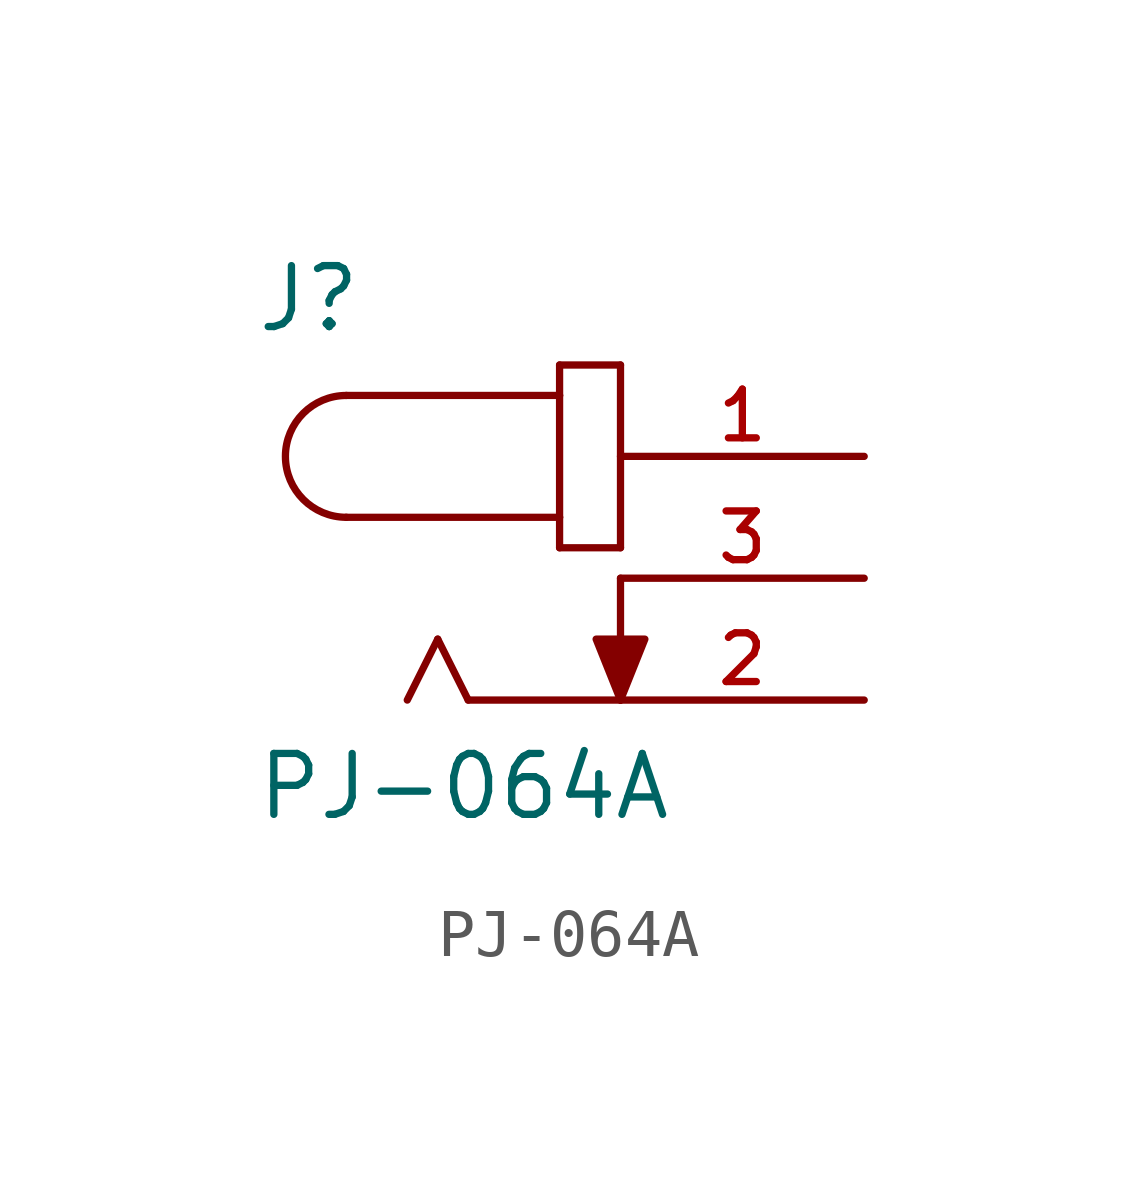
<source format=kicad_sym>
(kicad_symbol_lib
  (version 20211014)
  (generator kicad_symbol_editor)
  (symbol "PJ-064A"
    (pin_names
      (offset 1.016))
    (property "Reference" "J"
      (at -7.625 5.083 0)
      (effects (font (size 1.27 1.27)) (justify bottom left)))
    (property "Value" "PJ-064A"
      (at -7.629 -5.086 0)
      (effects (font (size 1.27 1.27)) (justify bottom left)))
    (symbol "PJ-064A_0_0"
      (arc (start -5.715 3.81) (mid -6.985 2.54) (end -5.715 1.27) (stroke (width 0.1524) (type default) (color 0 0 0 0)) (fill (type none)))
      (polyline (pts (xy -5.715 3.81) (xy -1.27 3.81)) (stroke (width 0.152)))
      (polyline (pts (xy -1.27 3.81) (xy -1.27 1.27)) (stroke (width 0.152)))
      (polyline (pts (xy -1.27 1.27) (xy -5.715 1.27)) (stroke (width 0.152)))
      (polyline (pts (xy -1.27 1.27) (xy -1.27 0.635)) (stroke (width 0.152)))
      (polyline (pts (xy -1.27 0.635) (xy 0.0 0.635)) (stroke (width 0.152)))
      (polyline (pts (xy 0.0 0.635) (xy 0.0 4.445)) (stroke (width 0.152)))
      (polyline (pts (xy 0.0 4.445) (xy -1.27 4.445)) (stroke (width 0.152)))
      (polyline (pts (xy -1.27 4.445) (xy -1.27 3.81)) (stroke (width 0.152)))
      (polyline (pts (xy 0.0 -2.54) (xy -3.175 -2.54)) (stroke (width 0.152)))
      (polyline (pts (xy -3.175 -2.54) (xy -3.81 -1.27)) (stroke (width 0.152)))
      (polyline (pts (xy -3.81 -1.27) (xy -4.445 -2.54)) (stroke (width 0.152)))
      (polyline (pts (xy 0.0 0.0) (xy 0.0 -2.54)) (stroke (width 0.152)))
      (polyline (pts (xy 0.0 -2.54) (xy -0.508 -1.27) (xy 0.508 -1.27) (xy 0.0 -2.54)) (stroke (width 0.152)) (fill (type outline)))
      (pin passive line (at 5.08 2.54 180.0) (length 5.08) (name "~" (effects (font (size 1.016 1.016)))) (number "1" (effects (font (size 1.016 1.016)))))
      (pin passive line (at 5.08 0.0 180.0) (length 5.08) (name "~" (effects (font (size 1.016 1.016)))) (number "3" (effects (font (size 1.016 1.016)))))
      (pin passive line (at 5.08 -2.54 180.0) (length 5.08) (name "~" (effects (font (size 1.016 1.016)))) (number "2" (effects (font (size 1.016 1.016))))))))
</source>
